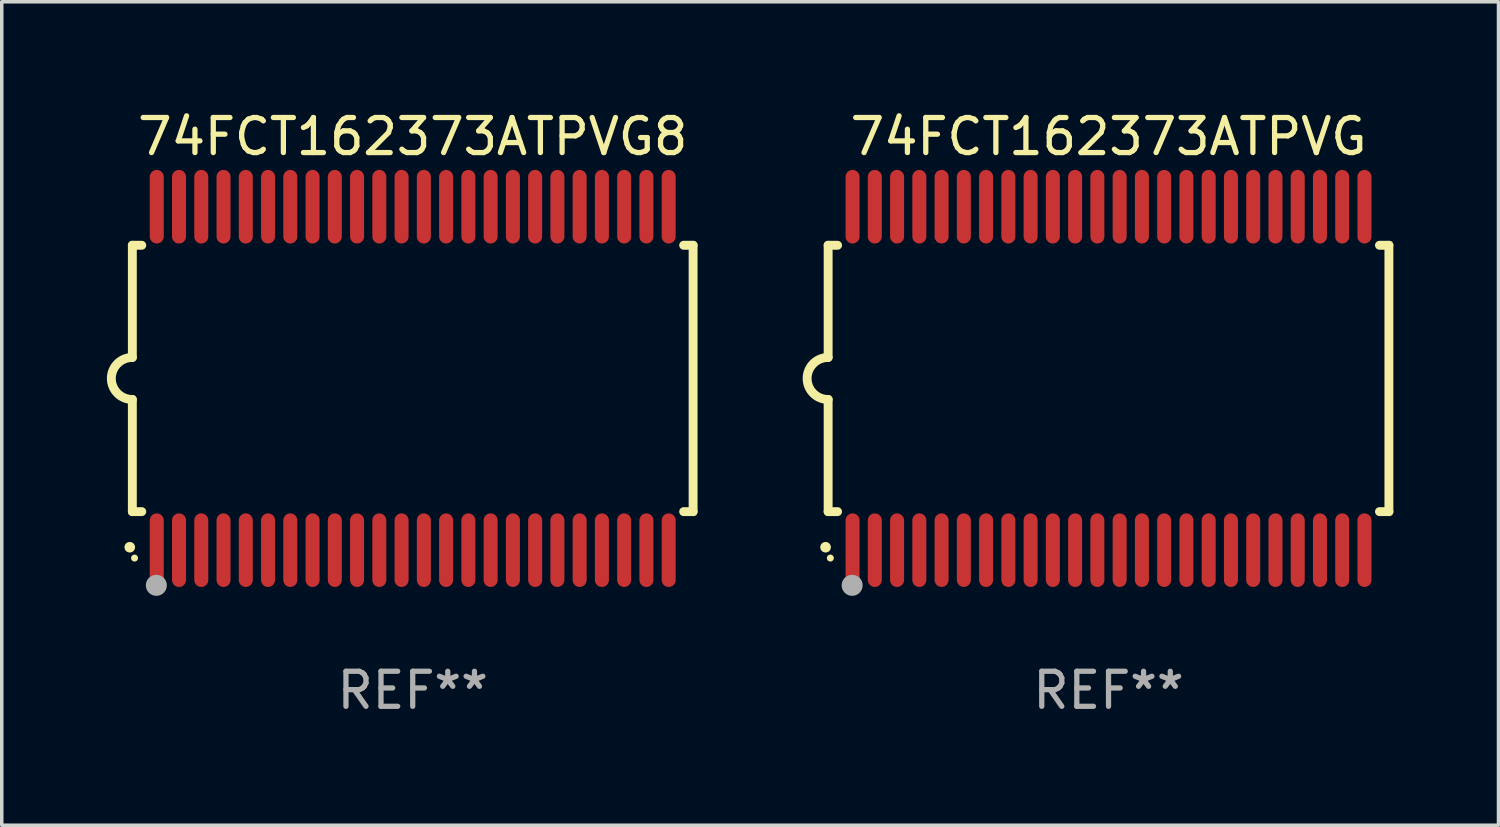
<source format=kicad_pcb>
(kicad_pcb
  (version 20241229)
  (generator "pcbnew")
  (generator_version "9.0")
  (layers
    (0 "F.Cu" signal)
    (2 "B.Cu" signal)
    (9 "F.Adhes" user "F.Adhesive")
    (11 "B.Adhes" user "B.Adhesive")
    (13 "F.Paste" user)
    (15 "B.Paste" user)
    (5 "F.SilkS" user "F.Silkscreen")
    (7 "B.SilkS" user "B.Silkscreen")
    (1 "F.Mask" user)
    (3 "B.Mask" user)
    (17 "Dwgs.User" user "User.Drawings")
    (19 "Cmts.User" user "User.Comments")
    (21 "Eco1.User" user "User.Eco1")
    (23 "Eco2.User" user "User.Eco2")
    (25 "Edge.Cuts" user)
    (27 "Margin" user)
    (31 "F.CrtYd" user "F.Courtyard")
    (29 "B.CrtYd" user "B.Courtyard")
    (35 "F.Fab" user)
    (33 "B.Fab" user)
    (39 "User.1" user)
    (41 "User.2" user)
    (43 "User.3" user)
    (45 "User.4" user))
  (footprint "74FCT162373ATPVG8"
    (layer "F.Cu")
    (at 8.726 7.748)
    (property "Reference" "74FCT162373ATPVG8" (at 0 -6.9 0) (layer "F.SilkS") (effects (font (size 1 1) (thickness 0.15))))
    (attr through_hole)
    (fp_line (start -8 -3.8) (end -8 -0.599) (stroke (width 0.254) (type solid)) (layer "F.SilkS"))
    (fp_line (start -8 -3.8) (end -7.731 -3.8) (stroke (width 0.254) (type solid)) (layer "F.SilkS"))
    (fp_line (start -8 3.8) (end -8 0.599) (stroke (width 0.254) (type solid)) (layer "F.SilkS"))
    (fp_line (start -7.731 3.8) (end -8 3.8) (stroke (width 0.254) (type solid)) (layer "F.SilkS"))
    (fp_line (start 7.731 -3.8) (end 8 -3.8) (stroke (width 0.254) (type solid)) (layer "F.SilkS"))
    (fp_line (start 8 -3.8) (end 8 3.8) (stroke (width 0.254) (type solid)) (layer "F.SilkS"))
    (fp_line (start 8 3.8) (end 7.731 3.8) (stroke (width 0.254) (type solid)) (layer "F.SilkS"))
    (fp_arc (start -8.074676 4.81585) (mid -8.073406 4.815845) (end -8.072136 4.81585) (stroke (width 0.3) (type solid)) (layer "F.SilkS"))
    (fp_arc (start -8.000025 0.6) (mid -8.598908 0.00056) (end -8.000027 -0.598882) (stroke (width 0.254001) (type solid)) (layer "F.SilkS"))
    (fp_circle (center -7.937 5.125) (end -7.887 5.125) (stroke (width 0.1) (type solid)) (fill no) (layer "F.SilkS"))
    (fp_circle (center -7.315 5.903) (end -7.165 5.903) (stroke (width 0.3) (type solid)) (fill no) (layer "F.Fab"))
    (fp_text user "REF**" (at 0 8.9 0) (layer "F.Fab") (effects (font (size 1 1) (thickness 0.15))))
    (pad "1" smd oval (at -7.303 4.9) (size 0.4 2.1) (layers "F.Cu" "F.Mask" "F.Paste"))
    (pad "2" smd oval (at -6.668 4.9) (size 0.4 2.1) (layers "F.Cu" "F.Mask" "F.Paste"))
    (pad "3" smd oval (at -6.033 4.9) (size 0.4 2.1) (layers "F.Cu" "F.Mask" "F.Paste"))
    (pad "4" smd oval (at -5.398 4.9) (size 0.4 2.1) (layers "F.Cu" "F.Mask" "F.Paste"))
    (pad "5" smd oval (at -4.763 4.9) (size 0.4 2.1) (layers "F.Cu" "F.Mask" "F.Paste"))
    (pad "6" smd oval (at -4.128 4.9) (size 0.4 2.1) (layers "F.Cu" "F.Mask" "F.Paste"))
    (pad "7" smd oval (at -3.493 4.9) (size 0.4 2.1) (layers "F.Cu" "F.Mask" "F.Paste"))
    (pad "8" smd oval (at -2.858 4.9) (size 0.4 2.1) (layers "F.Cu" "F.Mask" "F.Paste"))
    (pad "9" smd oval (at -2.223 4.9) (size 0.4 2.1) (layers "F.Cu" "F.Mask" "F.Paste"))
    (pad "10" smd oval (at -1.588 4.9) (size 0.4 2.1) (layers "F.Cu" "F.Mask" "F.Paste"))
    (pad "11" smd oval (at -0.953 4.9) (size 0.4 2.1) (layers "F.Cu" "F.Mask" "F.Paste"))
    (pad "12" smd oval (at -0.318 4.9) (size 0.4 2.1) (layers "F.Cu" "F.Mask" "F.Paste"))
    (pad "13" smd oval (at 0.318 4.9) (size 0.4 2.1) (layers "F.Cu" "F.Mask" "F.Paste"))
    (pad "14" smd oval (at 0.953 4.9) (size 0.4 2.1) (layers "F.Cu" "F.Mask" "F.Paste"))
    (pad "15" smd oval (at 1.588 4.9) (size 0.4 2.1) (layers "F.Cu" "F.Mask" "F.Paste"))
    (pad "16" smd oval (at 2.223 4.9) (size 0.4 2.1) (layers "F.Cu" "F.Mask" "F.Paste"))
    (pad "17" smd oval (at 2.858 4.9) (size 0.4 2.1) (layers "F.Cu" "F.Mask" "F.Paste"))
    (pad "18" smd oval (at 3.493 4.9) (size 0.4 2.1) (layers "F.Cu" "F.Mask" "F.Paste"))
    (pad "19" smd oval (at 4.128 4.9) (size 0.4 2.1) (layers "F.Cu" "F.Mask" "F.Paste"))
    (pad "20" smd oval (at 4.763 4.9) (size 0.4 2.1) (layers "F.Cu" "F.Mask" "F.Paste"))
    (pad "21" smd oval (at 5.398 4.9) (size 0.4 2.1) (layers "F.Cu" "F.Mask" "F.Paste"))
    (pad "22" smd oval (at 6.033 4.9) (size 0.4 2.1) (layers "F.Cu" "F.Mask" "F.Paste"))
    (pad "23" smd oval (at 6.668 4.9) (size 0.4 2.1) (layers "F.Cu" "F.Mask" "F.Paste"))
    (pad "24" smd oval (at 7.303 4.9) (size 0.4 2.1) (layers "F.Cu" "F.Mask" "F.Paste"))
    (pad "25" smd oval (at 7.303 -4.9 180) (size 0.4 2.1) (layers "F.Cu" "F.Mask" "F.Paste"))
    (pad "26" smd oval (at 6.668 -4.9 180) (size 0.4 2.1) (layers "F.Cu" "F.Mask" "F.Paste"))
    (pad "27" smd oval (at 6.033 -4.9 180) (size 0.4 2.1) (layers "F.Cu" "F.Mask" "F.Paste"))
    (pad "28" smd oval (at 5.398 -4.9 180) (size 0.4 2.1) (layers "F.Cu" "F.Mask" "F.Paste"))
    (pad "29" smd oval (at 4.763 -4.9 180) (size 0.4 2.1) (layers "F.Cu" "F.Mask" "F.Paste"))
    (pad "30" smd oval (at 4.128 -4.9 180) (size 0.4 2.1) (layers "F.Cu" "F.Mask" "F.Paste"))
    (pad "31" smd oval (at 3.493 -4.9 180) (size 0.4 2.1) (layers "F.Cu" "F.Mask" "F.Paste"))
    (pad "32" smd oval (at 2.858 -4.9 180) (size 0.4 2.1) (layers "F.Cu" "F.Mask" "F.Paste"))
    (pad "33" smd oval (at 2.223 -4.9 180) (size 0.4 2.1) (layers "F.Cu" "F.Mask" "F.Paste"))
    (pad "34" smd oval (at 1.588 -4.9 180) (size 0.4 2.1) (layers "F.Cu" "F.Mask" "F.Paste"))
    (pad "35" smd oval (at 0.953 -4.9 180) (size 0.4 2.1) (layers "F.Cu" "F.Mask" "F.Paste"))
    (pad "36" smd oval (at 0.318 -4.9 180) (size 0.4 2.1) (layers "F.Cu" "F.Mask" "F.Paste"))
    (pad "37" smd oval (at -0.318 -4.9 180) (size 0.4 2.1) (layers "F.Cu" "F.Mask" "F.Paste"))
    (pad "38" smd oval (at -0.953 -4.9 180) (size 0.4 2.1) (layers "F.Cu" "F.Mask" "F.Paste"))
    (pad "39" smd oval (at -1.588 -4.9 180) (size 0.4 2.1) (layers "F.Cu" "F.Mask" "F.Paste"))
    (pad "40" smd oval (at -2.223 -4.9 180) (size 0.4 2.1) (layers "F.Cu" "F.Mask" "F.Paste"))
    (pad "41" smd oval (at -2.858 -4.9 180) (size 0.4 2.1) (layers "F.Cu" "F.Mask" "F.Paste"))
    (pad "42" smd oval (at -3.493 -4.9 180) (size 0.4 2.1) (layers "F.Cu" "F.Mask" "F.Paste"))
    (pad "43" smd oval (at -4.128 -4.9 180) (size 0.4 2.1) (layers "F.Cu" "F.Mask" "F.Paste"))
    (pad "44" smd oval (at -4.763 -4.9 180) (size 0.4 2.1) (layers "F.Cu" "F.Mask" "F.Paste"))
    (pad "45" smd oval (at -5.398 -4.9 180) (size 0.4 2.1) (layers "F.Cu" "F.Mask" "F.Paste"))
    (pad "46" smd oval (at -6.033 -4.9 180) (size 0.4 2.1) (layers "F.Cu" "F.Mask" "F.Paste"))
    (pad "47" smd oval (at -6.668 -4.9 180) (size 0.4 2.1) (layers "F.Cu" "F.Mask" "F.Paste"))
    (pad "48" smd oval (at -7.303 -4.9 180) (size 0.4 2.1) (layers "F.Cu" "F.Mask" "F.Paste")))
  (footprint "74FCT162373ATPVG"
    (layer "F.Cu")
    (at 28.579 7.748)
    (property "Reference" "74FCT162373ATPVG" (at 0 -6.9 0) (layer "F.SilkS") (effects (font (size 1 1) (thickness 0.15))))
    (attr through_hole)
    (fp_line (start -8 -3.8) (end -8 -0.599) (stroke (width 0.254) (type solid)) (layer "F.SilkS"))
    (fp_line (start -8 -3.8) (end -7.731 -3.8) (stroke (width 0.254) (type solid)) (layer "F.SilkS"))
    (fp_line (start -8 3.8) (end -8 0.599) (stroke (width 0.254) (type solid)) (layer "F.SilkS"))
    (fp_line (start -7.731 3.8) (end -8 3.8) (stroke (width 0.254) (type solid)) (layer "F.SilkS"))
    (fp_line (start 7.731 -3.8) (end 8 -3.8) (stroke (width 0.254) (type solid)) (layer "F.SilkS"))
    (fp_line (start 8 -3.8) (end 8 3.8) (stroke (width 0.254) (type solid)) (layer "F.SilkS"))
    (fp_line (start 8 3.8) (end 7.731 3.8) (stroke (width 0.254) (type solid)) (layer "F.SilkS"))
    (fp_arc (start -8.074676 4.81585) (mid -8.073406 4.815845) (end -8.072136 4.81585) (stroke (width 0.3) (type solid)) (layer "F.SilkS"))
    (fp_arc (start -8.000025 0.6) (mid -8.598908 0.00056) (end -8.000027 -0.598882) (stroke (width 0.254001) (type solid)) (layer "F.SilkS"))
    (fp_circle (center -7.937 5.125) (end -7.887 5.125) (stroke (width 0.1) (type solid)) (fill no) (layer "F.SilkS"))
    (fp_circle (center -7.315 5.903) (end -7.165 5.903) (stroke (width 0.3) (type solid)) (fill no) (layer "F.Fab"))
    (fp_text user "REF**" (at 0 8.9 0) (layer "F.Fab") (effects (font (size 1 1) (thickness 0.15))))
    (pad "1" smd oval (at -7.303 4.9) (size 0.4 2.1) (layers "F.Cu" "F.Mask" "F.Paste"))
    (pad "2" smd oval (at -6.668 4.9) (size 0.4 2.1) (layers "F.Cu" "F.Mask" "F.Paste"))
    (pad "3" smd oval (at -6.033 4.9) (size 0.4 2.1) (layers "F.Cu" "F.Mask" "F.Paste"))
    (pad "4" smd oval (at -5.398 4.9) (size 0.4 2.1) (layers "F.Cu" "F.Mask" "F.Paste"))
    (pad "5" smd oval (at -4.763 4.9) (size 0.4 2.1) (layers "F.Cu" "F.Mask" "F.Paste"))
    (pad "6" smd oval (at -4.128 4.9) (size 0.4 2.1) (layers "F.Cu" "F.Mask" "F.Paste"))
    (pad "7" smd oval (at -3.493 4.9) (size 0.4 2.1) (layers "F.Cu" "F.Mask" "F.Paste"))
    (pad "8" smd oval (at -2.858 4.9) (size 0.4 2.1) (layers "F.Cu" "F.Mask" "F.Paste"))
    (pad "9" smd oval (at -2.223 4.9) (size 0.4 2.1) (layers "F.Cu" "F.Mask" "F.Paste"))
    (pad "10" smd oval (at -1.588 4.9) (size 0.4 2.1) (layers "F.Cu" "F.Mask" "F.Paste"))
    (pad "11" smd oval (at -0.953 4.9) (size 0.4 2.1) (layers "F.Cu" "F.Mask" "F.Paste"))
    (pad "12" smd oval (at -0.318 4.9) (size 0.4 2.1) (layers "F.Cu" "F.Mask" "F.Paste"))
    (pad "13" smd oval (at 0.318 4.9) (size 0.4 2.1) (layers "F.Cu" "F.Mask" "F.Paste"))
    (pad "14" smd oval (at 0.953 4.9) (size 0.4 2.1) (layers "F.Cu" "F.Mask" "F.Paste"))
    (pad "15" smd oval (at 1.588 4.9) (size 0.4 2.1) (layers "F.Cu" "F.Mask" "F.Paste"))
    (pad "16" smd oval (at 2.223 4.9) (size 0.4 2.1) (layers "F.Cu" "F.Mask" "F.Paste"))
    (pad "17" smd oval (at 2.858 4.9) (size 0.4 2.1) (layers "F.Cu" "F.Mask" "F.Paste"))
    (pad "18" smd oval (at 3.493 4.9) (size 0.4 2.1) (layers "F.Cu" "F.Mask" "F.Paste"))
    (pad "19" smd oval (at 4.128 4.9) (size 0.4 2.1) (layers "F.Cu" "F.Mask" "F.Paste"))
    (pad "20" smd oval (at 4.763 4.9) (size 0.4 2.1) (layers "F.Cu" "F.Mask" "F.Paste"))
    (pad "21" smd oval (at 5.398 4.9) (size 0.4 2.1) (layers "F.Cu" "F.Mask" "F.Paste"))
    (pad "22" smd oval (at 6.033 4.9) (size 0.4 2.1) (layers "F.Cu" "F.Mask" "F.Paste"))
    (pad "23" smd oval (at 6.668 4.9) (size 0.4 2.1) (layers "F.Cu" "F.Mask" "F.Paste"))
    (pad "24" smd oval (at 7.303 4.9) (size 0.4 2.1) (layers "F.Cu" "F.Mask" "F.Paste"))
    (pad "25" smd oval (at 7.303 -4.9 180) (size 0.4 2.1) (layers "F.Cu" "F.Mask" "F.Paste"))
    (pad "26" smd oval (at 6.668 -4.9 180) (size 0.4 2.1) (layers "F.Cu" "F.Mask" "F.Paste"))
    (pad "27" smd oval (at 6.033 -4.9 180) (size 0.4 2.1) (layers "F.Cu" "F.Mask" "F.Paste"))
    (pad "28" smd oval (at 5.398 -4.9 180) (size 0.4 2.1) (layers "F.Cu" "F.Mask" "F.Paste"))
    (pad "29" smd oval (at 4.763 -4.9 180) (size 0.4 2.1) (layers "F.Cu" "F.Mask" "F.Paste"))
    (pad "30" smd oval (at 4.128 -4.9 180) (size 0.4 2.1) (layers "F.Cu" "F.Mask" "F.Paste"))
    (pad "31" smd oval (at 3.493 -4.9 180) (size 0.4 2.1) (layers "F.Cu" "F.Mask" "F.Paste"))
    (pad "32" smd oval (at 2.858 -4.9 180) (size 0.4 2.1) (layers "F.Cu" "F.Mask" "F.Paste"))
    (pad "33" smd oval (at 2.223 -4.9 180) (size 0.4 2.1) (layers "F.Cu" "F.Mask" "F.Paste"))
    (pad "34" smd oval (at 1.588 -4.9 180) (size 0.4 2.1) (layers "F.Cu" "F.Mask" "F.Paste"))
    (pad "35" smd oval (at 0.953 -4.9 180) (size 0.4 2.1) (layers "F.Cu" "F.Mask" "F.Paste"))
    (pad "36" smd oval (at 0.318 -4.9 180) (size 0.4 2.1) (layers "F.Cu" "F.Mask" "F.Paste"))
    (pad "37" smd oval (at -0.318 -4.9 180) (size 0.4 2.1) (layers "F.Cu" "F.Mask" "F.Paste"))
    (pad "38" smd oval (at -0.953 -4.9 180) (size 0.4 2.1) (layers "F.Cu" "F.Mask" "F.Paste"))
    (pad "39" smd oval (at -1.588 -4.9 180) (size 0.4 2.1) (layers "F.Cu" "F.Mask" "F.Paste"))
    (pad "40" smd oval (at -2.223 -4.9 180) (size 0.4 2.1) (layers "F.Cu" "F.Mask" "F.Paste"))
    (pad "41" smd oval (at -2.858 -4.9 180) (size 0.4 2.1) (layers "F.Cu" "F.Mask" "F.Paste"))
    (pad "42" smd oval (at -3.493 -4.9 180) (size 0.4 2.1) (layers "F.Cu" "F.Mask" "F.Paste"))
    (pad "43" smd oval (at -4.128 -4.9 180) (size 0.4 2.1) (layers "F.Cu" "F.Mask" "F.Paste"))
    (pad "44" smd oval (at -4.763 -4.9 180) (size 0.4 2.1) (layers "F.Cu" "F.Mask" "F.Paste"))
    (pad "45" smd oval (at -5.398 -4.9 180) (size 0.4 2.1) (layers "F.Cu" "F.Mask" "F.Paste"))
    (pad "46" smd oval (at -6.033 -4.9 180) (size 0.4 2.1) (layers "F.Cu" "F.Mask" "F.Paste"))
    (pad "47" smd oval (at -6.668 -4.9 180) (size 0.4 2.1) (layers "F.Cu" "F.Mask" "F.Paste"))
    (pad "48" smd oval (at -7.303 -4.9 180) (size 0.4 2.1) (layers "F.Cu" "F.Mask" "F.Paste")))
  (gr_rect
    (start -3 -3)
    (end 39.706 20.496)
    (stroke (width 0.1) (type default))
    (fill no)
    (layer "Edge.Cuts")))
</source>
